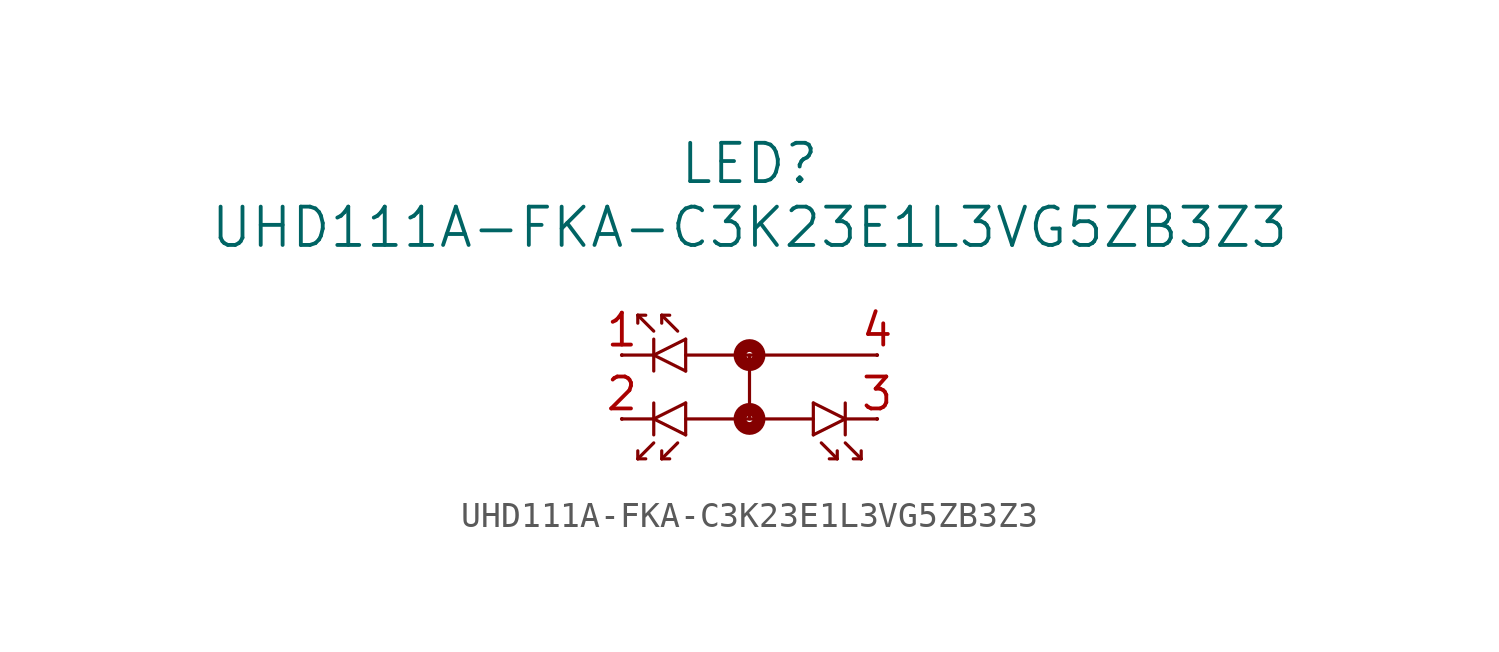
<source format=kicad_sym>
(kicad_symbol_lib
  (version 20241209)
  (generator "kicad_symbol_editor")
  (generator_version "9.0")
  (symbol "UHD111A-FKA-C3K23E1L3VG5ZB3Z3"
    (pin_names
      (offset 0.254))
    (property "Reference" "LED"
      (at 12.7 7.62 0)
      (effects (font (size 1.524 1.524))))
    (property "Value" "UHD111A-FKA-C3K23E1L3VG5ZB3Z3"
      (at 12.7 5.08 0)
      (effects (font (size 1.524 1.524))))
    (symbol "UHD111A-FKA-C3K23E1L3VG5ZB3Z3_0_1"
      (polyline (pts (xy 7.62 0) (xy 8.89 0)) (stroke (width 0.127) (type default)) (fill (type none)))
      (polyline (pts (xy 7.62 -2.54) (xy 8.89 -2.54)) (stroke (width 0.127) (type default)) (fill (type none)))
      (polyline (pts (xy 8.255 1.587) (xy 8.255 1.27)) (stroke (width 0.127) (type default)) (fill (type none)))
      (polyline (pts (xy 8.255 1.587) (xy 8.572 1.587)) (stroke (width 0.127) (type default)) (fill (type none)))
      (polyline (pts (xy 8.255 -4.128) (xy 8.255 -3.81)) (stroke (width 0.127) (type default)) (fill (type none)))
      (polyline (pts (xy 8.255 -4.128) (xy 8.572 -4.128)) (stroke (width 0.127) (type default)) (fill (type none)))
      (polyline (pts (xy 8.89 0.953) (xy 8.255 1.587)) (stroke (width 0.127) (type default)) (fill (type none)))
      (polyline (pts (xy 8.89 0.635) (xy 8.89 -0.635)) (stroke (width 0.127) (type default)) (fill (type none)))
      (polyline (pts (xy 8.89 0) (xy 10.16 -0.635)) (stroke (width 0.127) (type default)) (fill (type none)))
      (polyline (pts (xy 8.89 -2.54) (xy 10.16 -1.905)) (stroke (width 0.127) (type default)) (fill (type none)))
      (polyline (pts (xy 8.89 -3.175) (xy 8.89 -1.905)) (stroke (width 0.127) (type default)) (fill (type none)))
      (polyline (pts (xy 8.89 -3.493) (xy 8.255 -4.128)) (stroke (width 0.127) (type default)) (fill (type none)))
      (polyline (pts (xy 9.207 1.587) (xy 9.207 1.27)) (stroke (width 0.127) (type default)) (fill (type none)))
      (polyline (pts (xy 9.207 1.587) (xy 9.525 1.587)) (stroke (width 0.127) (type default)) (fill (type none)))
      (polyline (pts (xy 9.207 -4.128) (xy 9.207 -3.81)) (stroke (width 0.127) (type default)) (fill (type none)))
      (polyline (pts (xy 9.207 -4.128) (xy 9.525 -4.128)) (stroke (width 0.127) (type default)) (fill (type none)))
      (polyline (pts (xy 9.842 0.953) (xy 9.207 1.587)) (stroke (width 0.127) (type default)) (fill (type none)))
      (polyline (pts (xy 9.842 -3.493) (xy 9.207 -4.128)) (stroke (width 0.127) (type default)) (fill (type none)))
      (polyline (pts (xy 10.16 0.635) (xy 8.89 0)) (stroke (width 0.127) (type default)) (fill (type none)))
      (polyline (pts (xy 10.16 0) (xy 17.78 0)) (stroke (width 0.127) (type default)) (fill (type none)))
      (polyline (pts (xy 10.16 -0.635) (xy 10.16 0.635)) (stroke (width 0.127) (type default)) (fill (type none)))
      (polyline (pts (xy 10.16 -1.905) (xy 10.16 -3.175)) (stroke (width 0.127) (type default)) (fill (type none)))
      (polyline (pts (xy 10.16 -2.54) (xy 15.24 -2.54)) (stroke (width 0.127) (type default)) (fill (type none)))
      (polyline (pts (xy 10.16 -3.175) (xy 8.89 -2.54)) (stroke (width 0.127) (type default)) (fill (type none)))
      (polyline (pts (xy 12.7 0) (xy 12.7 -2.54)) (stroke (width 0.127) (type default)) (fill (type none)))
      (circle (center 12.7 0) (radius 0.127) (stroke (width 0.508) (type default)) (fill (type none)))
      (circle (center 12.7 -2.54) (radius 0.127) (stroke (width 0.508) (type default)) (fill (type none)))
      (polyline (pts (xy 15.24 -1.905) (xy 15.24 -3.175)) (stroke (width 0.127) (type default)) (fill (type none)))
      (polyline (pts (xy 15.24 -3.175) (xy 16.51 -2.54)) (stroke (width 0.127) (type default)) (fill (type none)))
      (polyline (pts (xy 15.557 -3.493) (xy 16.192 -4.128)) (stroke (width 0.127) (type default)) (fill (type none)))
      (polyline (pts (xy 16.192 -4.128) (xy 15.875 -4.128)) (stroke (width 0.127) (type default)) (fill (type none)))
      (polyline (pts (xy 16.192 -4.128) (xy 16.192 -3.81)) (stroke (width 0.127) (type default)) (fill (type none)))
      (polyline (pts (xy 16.51 -2.54) (xy 15.24 -1.905)) (stroke (width 0.127) (type default)) (fill (type none)))
      (polyline (pts (xy 16.51 -3.175) (xy 16.51 -1.905)) (stroke (width 0.127) (type default)) (fill (type none)))
      (polyline (pts (xy 16.51 -3.493) (xy 17.145 -4.128)) (stroke (width 0.127) (type default)) (fill (type none)))
      (polyline (pts (xy 17.145 -4.128) (xy 16.828 -4.128)) (stroke (width 0.127) (type default)) (fill (type none)))
      (polyline (pts (xy 17.145 -4.128) (xy 17.145 -3.81)) (stroke (width 0.127) (type default)) (fill (type none)))
      (polyline (pts (xy 17.78 -2.54) (xy 16.51 -2.54)) (stroke (width 0.127) (type default)) (fill (type none))))
    (symbol "UHD111A-FKA-C3K23E1L3VG5ZB3Z3_1_1"
      (pin output line (at 7.62 0 0) (length 0) (name "" (effects (font (size 1.27 1.27)))) (number "1" (effects (font (size 1.27 1.27)))))
      (pin output line (at 7.62 -2.54 0) (length 0) (name "" (effects (font (size 1.27 1.27)))) (number "2" (effects (font (size 1.27 1.27)))))
      (pin input line (at 17.78 0 180) (length 0) (name "" (effects (font (size 1.27 1.27)))) (number "4" (effects (font (size 1.27 1.27)))))
      (pin output line (at 17.78 -2.54 180) (length 0) (name "" (effects (font (size 1.27 1.27)))) (number "3" (effects (font (size 1.27 1.27))))))))
</source>
